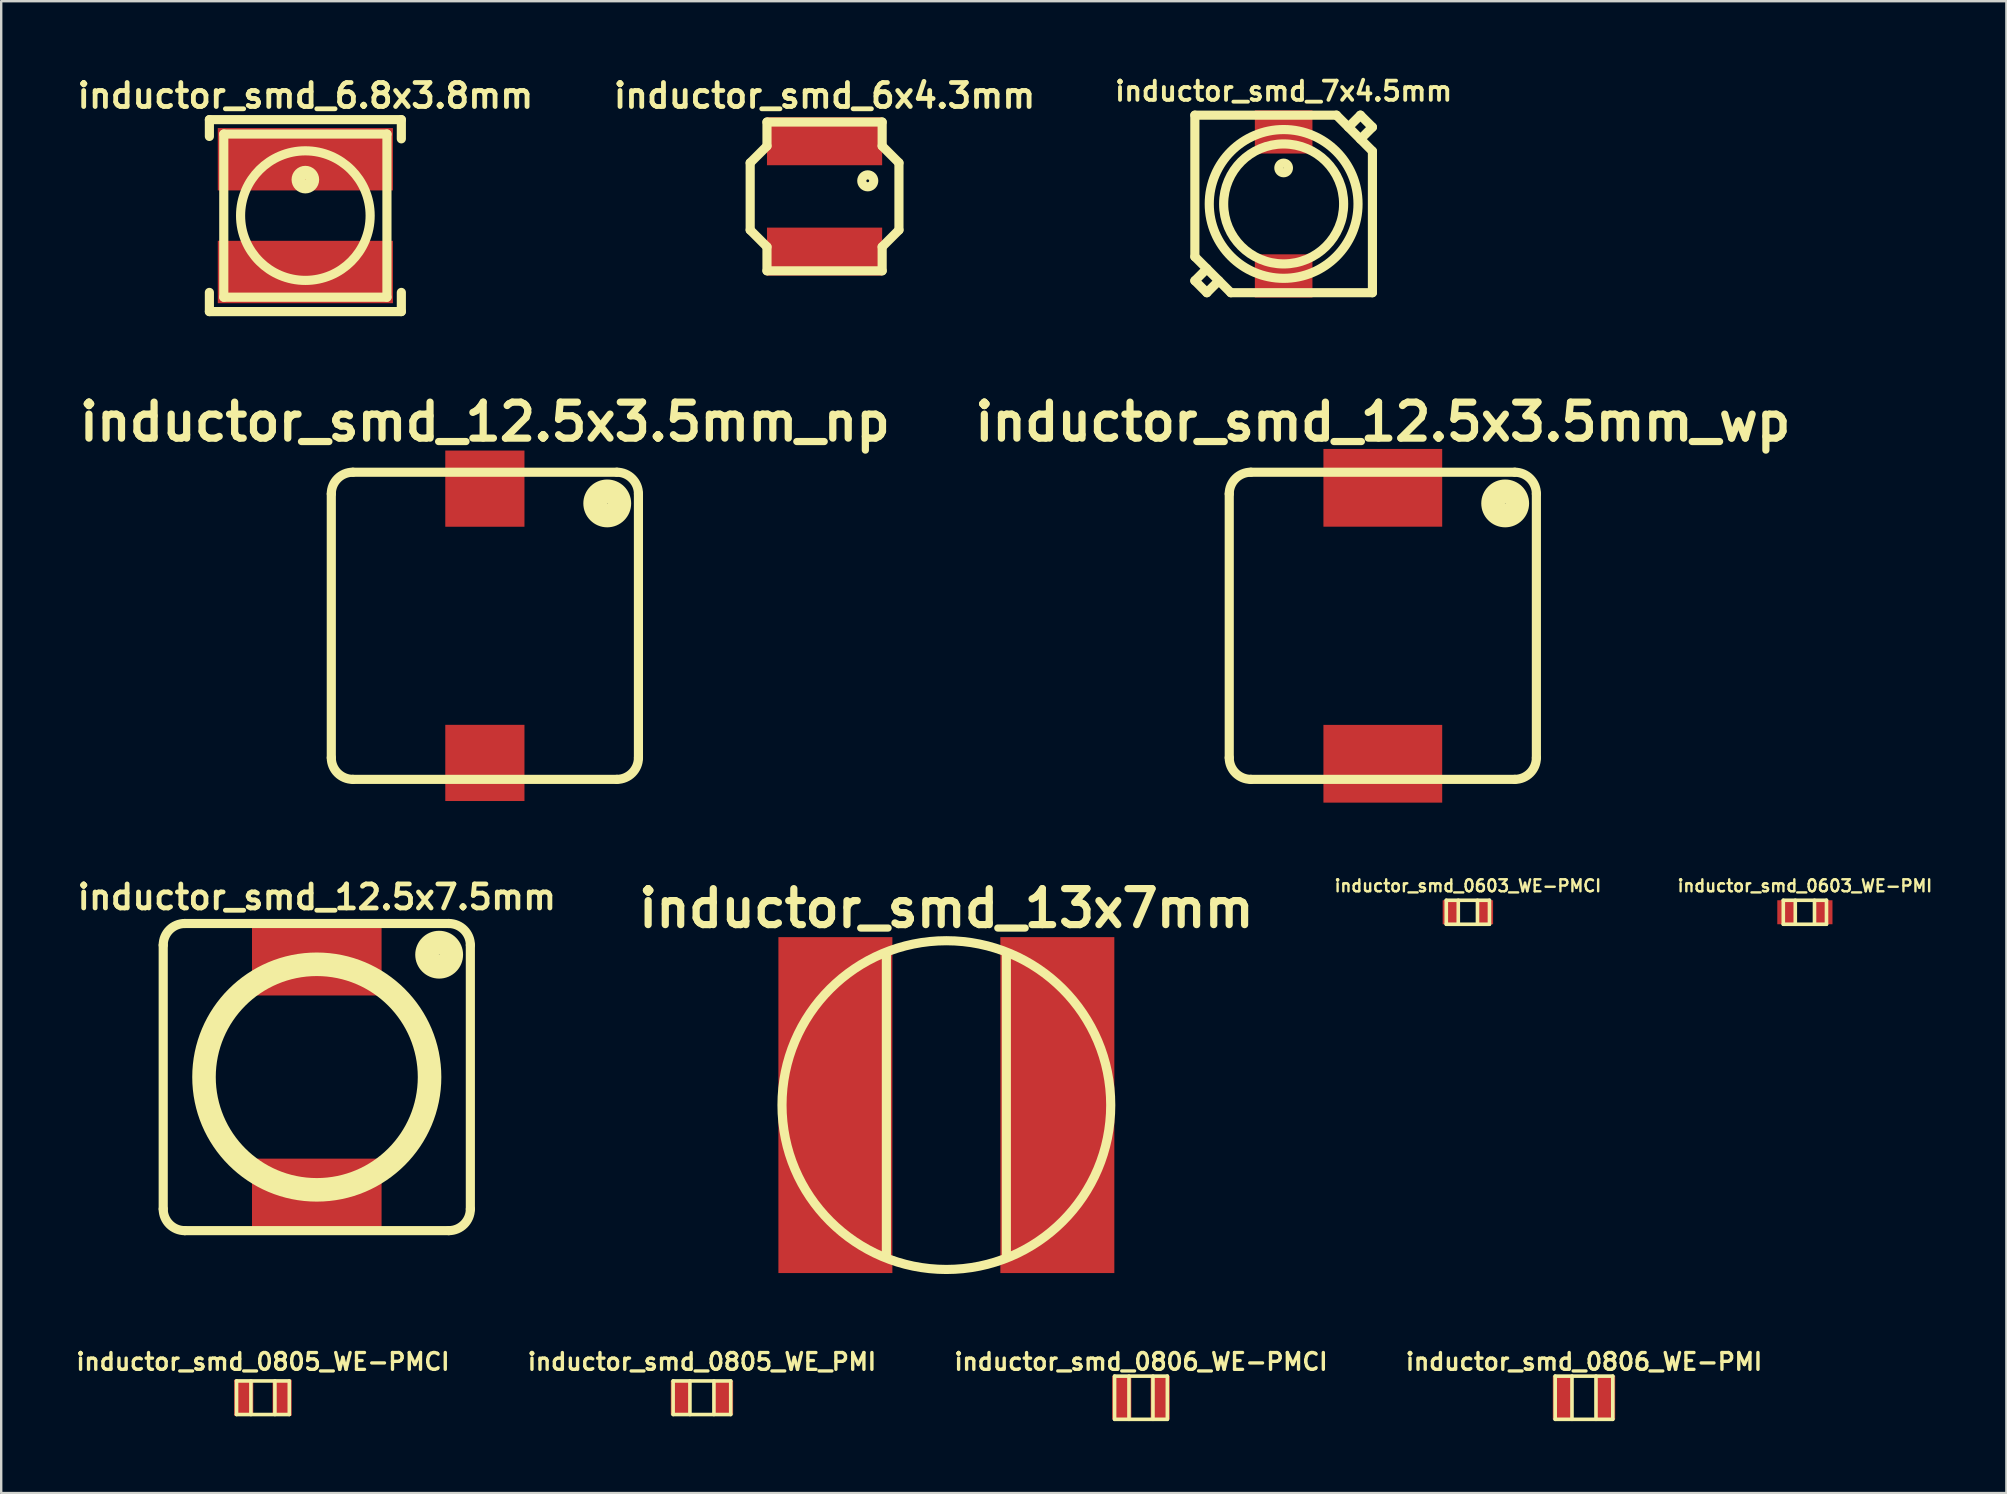
<source format=kicad_pcb>
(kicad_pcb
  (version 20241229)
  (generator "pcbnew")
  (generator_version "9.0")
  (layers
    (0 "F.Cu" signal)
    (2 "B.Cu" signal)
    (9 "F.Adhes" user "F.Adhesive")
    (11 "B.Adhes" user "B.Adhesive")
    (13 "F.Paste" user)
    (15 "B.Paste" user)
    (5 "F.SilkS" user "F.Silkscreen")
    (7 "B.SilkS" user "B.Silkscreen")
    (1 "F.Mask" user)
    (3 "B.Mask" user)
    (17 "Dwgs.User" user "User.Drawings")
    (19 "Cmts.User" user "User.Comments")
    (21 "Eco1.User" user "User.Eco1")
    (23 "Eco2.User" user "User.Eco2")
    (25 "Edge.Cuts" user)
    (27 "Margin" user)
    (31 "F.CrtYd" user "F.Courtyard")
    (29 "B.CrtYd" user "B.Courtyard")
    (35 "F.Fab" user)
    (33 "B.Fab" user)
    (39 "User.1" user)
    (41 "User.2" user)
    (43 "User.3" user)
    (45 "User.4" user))
  (footprint "inductor_smd_6x4.3mm"
    (layer "F.Cu")
    (at 31.314 5.136)
    (property "Reference" "inductor_smd_6x4.3mm" (at 0 -4.2 0) (layer "F.SilkS") (effects (font (size 1 1) (thickness 0.2))))
    (attr smd)
    (fp_line (start -3.1 1.4) (end -3.1 -1.4) (stroke (width 0.381) (type solid)) (layer "F.SilkS"))
    (fp_line (start -2.4 -3.1) (end 2.4 -3.1) (stroke (width 0.381) (type solid)) (layer "F.SilkS"))
    (fp_line (start -2.4 -2.1) (end -3.1 -1.4) (stroke (width 0.381) (type solid)) (layer "F.SilkS"))
    (fp_line (start -2.4 -2.1) (end -2.4 -3.1) (stroke (width 0.381) (type solid)) (layer "F.SilkS"))
    (fp_line (start -2.4 2.1) (end -3.1 1.4) (stroke (width 0.381) (type solid)) (layer "F.SilkS"))
    (fp_line (start -2.4 2.1) (end -2.4 3.1) (stroke (width 0.381) (type solid)) (layer "F.SilkS"))
    (fp_line (start 2.4 -3.1) (end 2.4 -2.1) (stroke (width 0.381) (type solid)) (layer "F.SilkS"))
    (fp_line (start 2.4 -2.1) (end 3.1 -1.4) (stroke (width 0.381) (type solid)) (layer "F.SilkS"))
    (fp_line (start 2.4 2.1) (end 3.1 1.4) (stroke (width 0.381) (type solid)) (layer "F.SilkS"))
    (fp_line (start 2.4 3.1) (end -2.4 3.1) (stroke (width 0.381) (type solid)) (layer "F.SilkS"))
    (fp_line (start 2.4 3.1) (end 2.4 2.1) (stroke (width 0.381) (type solid)) (layer "F.SilkS"))
    (fp_line (start 3.1 1.4) (end 3.1 -1.4) (stroke (width 0.381) (type solid)) (layer "F.SilkS"))
    (fp_circle (center 1.8 -0.65) (end 1.8 -0.401) (stroke (width 0.381) (type solid)) (fill no) (layer "F.SilkS"))
    (pad "1" smd rect (at 0 -2.3) (size 4.8 2) (layers "F.Cu" "F.Mask" "F.Paste"))
    (pad "2" smd rect (at 0 2.3) (size 4.8 2) (layers "F.Cu" "F.Mask" "F.Paste")))
  (footprint "inductor_smd_0603_WE-PMI"
    (layer "F.Cu")
    (at 72.169 34.968)
    (property "Reference" "inductor_smd_0603_WE-PMI" (at 0 -1.1 0) (layer "F.SilkS") (effects (font (size 0.5 0.5) (thickness 0.1))))
    (attr smd)
    (fp_line (start -0.9 -0.5) (end 0.9 -0.5) (stroke (width 0.15) (type solid)) (layer "F.SilkS"))
    (fp_line (start -0.9 0.5) (end -0.9 -0.5) (stroke (width 0.15) (type solid)) (layer "F.SilkS"))
    (fp_line (start -0.4 -0.5) (end -0.4 0.5) (stroke (width 0.15) (type solid)) (layer "F.SilkS"))
    (fp_line (start 0.4 0.5) (end 0.4 -0.5) (stroke (width 0.15) (type solid)) (layer "F.SilkS"))
    (fp_line (start 0.9 -0.5) (end 0.9 0.5) (stroke (width 0.15) (type solid)) (layer "F.SilkS"))
    (fp_line (start 0.9 0.5) (end -0.9 0.5) (stroke (width 0.15) (type solid)) (layer "F.SilkS"))
    (pad "1" smd rect (at -0.8 0) (size 0.7 1) (layers "F.Cu" "F.Mask" "F.Paste"))
    (pad "2" smd rect (at 0.8 0) (size 0.7 1) (layers "F.Cu" "F.Mask" "F.Paste")))
  (footprint "inductor_smd_12.5x3.5mm_wp"
    (layer "F.Cu")
    (at 54.579 23.03)
    (property "Reference" "inductor_smd_12.5x3.5mm_wp" (at 0 -8.5 0) (layer "F.SilkS") (effects (font (size 1.5 1.5) (thickness 0.3))))
    (attr smd)
    (fp_line (start -6.4 5.5) (end -6.4 -5.5) (stroke (width 0.381) (type solid)) (layer "F.SilkS"))
    (fp_line (start -5.5 -6.4) (end 5.5 -6.4) (stroke (width 0.381) (type solid)) (layer "F.SilkS"))
    (fp_line (start -5.5 6.4) (end 5.5 6.4) (stroke (width 0.381) (type solid)) (layer "F.SilkS"))
    (fp_line (start 6.4 -5.5) (end 6.4 5.5) (stroke (width 0.381) (type solid)) (layer "F.SilkS"))
    (fp_arc (start -6.4 -5.5) (mid -6.136396 -6.136396) (end -5.5 -6.4) (stroke (width 0.381) (type solid)) (layer "F.SilkS"))
    (fp_arc (start -5.5 6.4) (mid -6.136396 6.136396) (end -6.4 5.5) (stroke (width 0.381) (type solid)) (layer "F.SilkS"))
    (fp_arc (start 5.5 -6.4) (mid 6.136396 -6.136396) (end 6.4 -5.5) (stroke (width 0.381) (type solid)) (layer "F.SilkS"))
    (fp_arc (start 6.4 5.5) (mid 6.136396 6.136396) (end 5.5 6.4) (stroke (width 0.381) (type solid)) (layer "F.SilkS"))
    (fp_circle (center 5.1 -5.1) (end 5.3 -5.1) (stroke (width 0.381) (type solid)) (fill no) (layer "F.SilkS"))
    (fp_circle (center 5.1 -5.1) (end 5.6 -5.1) (stroke (width 0.381) (type solid)) (fill no) (layer "F.SilkS"))
    (fp_circle (center 5.1 -5.1) (end 5.9 -5) (stroke (width 0.381) (type solid)) (fill no) (layer "F.SilkS"))
    (pad "1" smd rect (at 0 -5.75) (size 4.95 3.24) (layers "F.Cu" "F.Mask" "F.Paste"))
    (pad "2" smd rect (at 0 5.75) (size 4.95 3.24) (layers "F.Cu" "F.Mask" "F.Paste")))
  (footprint "inductor_smd_7x4.5mm"
    (layer "F.Cu")
    (at 50.446 5.449)
    (property "Reference" "inductor_smd_7x4.5mm" (at 0 -4.7 0) (layer "F.SilkS") (effects (font (size 0.8 0.8) (thickness 0.16))))
    (attr smd)
    (fp_line (start -3.7 -3.7) (end -3.7 2.2) (stroke (width 0.381) (type solid)) (layer "F.SilkS"))
    (fp_line (start -3.7 -3.7) (end 2.2 -3.7) (stroke (width 0.381) (type solid)) (layer "F.SilkS"))
    (fp_line (start -3.7 2.2) (end -2.2 3.7) (stroke (width 0.381) (type solid)) (layer "F.SilkS"))
    (fp_line (start -3.7 3.2) (end -3.2 3.7) (stroke (width 0.381) (type solid)) (layer "F.SilkS"))
    (fp_line (start -3.2 2.7) (end -3.7 3.2) (stroke (width 0.381) (type solid)) (layer "F.SilkS"))
    (fp_line (start -3.2 3.7) (end -2.7 3.2) (stroke (width 0.381) (type solid)) (layer "F.SilkS"))
    (fp_line (start -2.2 3.7) (end 3.7 3.7) (stroke (width 0.381) (type solid)) (layer "F.SilkS"))
    (fp_line (start 2.2 -3.7) (end 3.7 -2.2) (stroke (width 0.381) (type solid)) (layer "F.SilkS"))
    (fp_line (start 2.7 -3.2) (end 3.2 -3.7) (stroke (width 0.381) (type solid)) (layer "F.SilkS"))
    (fp_line (start 3.2 -3.7) (end 3.7 -3.2) (stroke (width 0.381) (type solid)) (layer "F.SilkS"))
    (fp_line (start 3.7 -3.2) (end 3.2 -2.7) (stroke (width 0.381) (type solid)) (layer "F.SilkS"))
    (fp_line (start 3.7 -2.2) (end 3.7 3.7) (stroke (width 0.381) (type solid)) (layer "F.SilkS"))
    (fp_circle (center 0 -1.5) (end 0.2 -1.5) (stroke (width 0.381) (type solid)) (fill no) (layer "F.SilkS"))
    (fp_circle (center 0 0) (end 2.5 0) (stroke (width 0.381) (type solid)) (fill no) (layer "F.SilkS"))
    (fp_circle (center 0 0) (end 3.1 0) (stroke (width 0.381) (type solid)) (fill no) (layer "F.SilkS"))
    (pad "1" smd rect (at 0 -3) (size 2.4 1.8) (layers "F.Cu" "F.Mask" "F.Paste"))
    (pad "2" smd rect (at 0 3) (size 2.4 1.8) (layers "F.Cu" "F.Mask" "F.Paste")))
  (footprint "inductor_smd_0805_WE-PMCI"
    (layer "F.Cu")
    (at 7.907 55.2)
    (property "Reference" "inductor_smd_0805_WE-PMCI" (at 0 -1.5 0) (layer "F.SilkS") (effects (font (size 0.7 0.7) (thickness 0.14))))
    (attr smd)
    (fp_line (start -1.1 -0.7) (end 1.1 -0.7) (stroke (width 0.15) (type solid)) (layer "F.SilkS"))
    (fp_line (start -1.1 0.7) (end -1.1 -0.7) (stroke (width 0.15) (type solid)) (layer "F.SilkS"))
    (fp_line (start -0.5 -0.7) (end -0.5 0.7) (stroke (width 0.15) (type solid)) (layer "F.SilkS"))
    (fp_line (start 0.5 0.7) (end 0.5 -0.7) (stroke (width 0.15) (type solid)) (layer "F.SilkS"))
    (fp_line (start 1.1 -0.7) (end 1.1 0.7) (stroke (width 0.15) (type solid)) (layer "F.SilkS"))
    (fp_line (start 1.1 0.7) (end -1.1 0.7) (stroke (width 0.15) (type solid)) (layer "F.SilkS"))
    (pad "1" smd rect (at -0.8 0) (size 0.8 1.5) (layers "F.Cu" "F.Mask" "F.Paste"))
    (pad "2" smd rect (at 0.8 0) (size 0.8 1.5) (layers "F.Cu" "F.Mask" "F.Paste")))
  (footprint "inductor_smd_6.8x3.8mm"
    (layer "F.Cu")
    (at 9.676 5.936)
    (property "Reference" "inductor_smd_6.8x3.8mm" (at 0 -5 0) (layer "F.SilkS") (effects (font (size 1 1) (thickness 0.2))))
    (attr smd)
    (fp_line (start -4 -4) (end 4 -4) (stroke (width 0.381) (type solid)) (layer "F.SilkS"))
    (fp_line (start -4 -3.3) (end -4 -4) (stroke (width 0.381) (type solid)) (layer "F.SilkS"))
    (fp_line (start -4 3.2) (end -4 4) (stroke (width 0.381) (type solid)) (layer "F.SilkS"))
    (fp_line (start -4 4) (end 4 4) (stroke (width 0.381) (type solid)) (layer "F.SilkS"))
    (fp_line (start -3.4 -3.4) (end 3.4 -3.4) (stroke (width 0.381) (type solid)) (layer "F.SilkS"))
    (fp_line (start -3.4 3.4) (end -3.4 -3.4) (stroke (width 0.381) (type solid)) (layer "F.SilkS"))
    (fp_line (start 3.4 -3.4) (end 3.4 3.4) (stroke (width 0.381) (type solid)) (layer "F.SilkS"))
    (fp_line (start 3.4 3.4) (end -3.4 3.4) (stroke (width 0.381) (type solid)) (layer "F.SilkS"))
    (fp_line (start 4 -4) (end 4 -3.2) (stroke (width 0.381) (type solid)) (layer "F.SilkS"))
    (fp_line (start 4 4) (end 4 3.2) (stroke (width 0.381) (type solid)) (layer "F.SilkS"))
    (fp_circle (center 0 -1.5) (end 0 -1.3) (stroke (width 0.381) (type solid)) (fill no) (layer "F.SilkS"))
    (fp_circle (center 0 -1.5) (end 0.4 -1.5) (stroke (width 0.15) (type solid)) (fill no) (layer "F.SilkS"))
    (fp_circle (center 0 -1.5) (end 0.5 -1.5) (stroke (width 0.15) (type solid)) (fill no) (layer "F.SilkS"))
    (fp_circle (center 0 0) (end 2.7 0) (stroke (width 0.381) (type solid)) (fill no) (layer "F.SilkS"))
    (pad "1" smd rect (at 0 -2.35) (size 7.3 2.6) (layers "F.Cu" "F.Mask" "F.Paste"))
    (pad "2" smd rect (at 0 2.35) (size 7.3 2.6) (layers "F.Cu" "F.Mask" "F.Paste")))
  (footprint "inductor_smd_12.5x3.5mm_np"
    (layer "F.Cu")
    (at 17.157 23.03)
    (property "Reference" "inductor_smd_12.5x3.5mm_np" (at 0 -8.5 0) (layer "F.SilkS") (effects (font (size 1.5 1.5) (thickness 0.3))))
    (attr smd)
    (fp_line (start -6.4 5.5) (end -6.4 -5.5) (stroke (width 0.381) (type solid)) (layer "F.SilkS"))
    (fp_line (start -5.5 -6.4) (end 5.5 -6.4) (stroke (width 0.381) (type solid)) (layer "F.SilkS"))
    (fp_line (start -5.5 6.4) (end 5.5 6.4) (stroke (width 0.381) (type solid)) (layer "F.SilkS"))
    (fp_line (start 6.4 -5.5) (end 6.4 5.5) (stroke (width 0.381) (type solid)) (layer "F.SilkS"))
    (fp_arc (start -6.4 -5.5) (mid -6.136396 -6.136396) (end -5.5 -6.4) (stroke (width 0.381) (type solid)) (layer "F.SilkS"))
    (fp_arc (start -5.5 6.4) (mid -6.136396 6.136396) (end -6.4 5.5) (stroke (width 0.381) (type solid)) (layer "F.SilkS"))
    (fp_arc (start 5.5 -6.4) (mid 6.136396 -6.136396) (end 6.4 -5.5) (stroke (width 0.381) (type solid)) (layer "F.SilkS"))
    (fp_arc (start 6.4 5.5) (mid 6.136396 6.136396) (end 5.5 6.4) (stroke (width 0.381) (type solid)) (layer "F.SilkS"))
    (fp_circle (center 5.1 -5.1) (end 5.3 -5.1) (stroke (width 0.381) (type solid)) (fill no) (layer "F.SilkS"))
    (fp_circle (center 5.1 -5.1) (end 5.6 -5.1) (stroke (width 0.381) (type solid)) (fill no) (layer "F.SilkS"))
    (fp_circle (center 5.1 -5.1) (end 5.9 -5) (stroke (width 0.381) (type solid)) (fill no) (layer "F.SilkS"))
    (pad "1" smd rect (at 0 -5.715) (size 3.3 3.175) (layers "F.Cu" "F.Mask" "F.Paste"))
    (pad "2" smd rect (at 0 5.715) (size 3.3 3.175) (layers "F.Cu" "F.Mask" "F.Paste")))
  (footprint "inductor_smd_13x7mm"
    (layer "F.Cu")
    (at 36.39 43.005)
    (property "Reference" "inductor_smd_13x7mm" (at 0 -8.2 0) (layer "F.SilkS") (effects (font (size 1.5 1.5) (thickness 0.3))))
    (attr smd)
    (fp_line (start -2.5 -6.3) (end -2.5 6.3) (stroke (width 0.381) (type solid)) (layer "F.SilkS"))
    (fp_line (start 2.5 -6.3) (end 2.5 6.3) (stroke (width 0.381) (type solid)) (layer "F.SilkS"))
    (fp_circle (center 0 0) (end 6.85 0) (stroke (width 0.381) (type solid)) (fill no) (layer "F.SilkS"))
    (pad "1" smd rect (at -4.625 0) (size 4.75 14) (layers "F.Cu" "F.Mask" "F.Paste"))
    (pad "2" smd rect (at 4.625 0) (size 4.75 14) (layers "F.Cu" "F.Mask" "F.Paste")))
  (footprint "inductor_smd_0603_WE-PMCI"
    (layer "F.Cu")
    (at 58.124 34.968)
    (property "Reference" "inductor_smd_0603_WE-PMCI" (at 0 -1.1 0) (layer "F.SilkS") (effects (font (size 0.5 0.5) (thickness 0.1))))
    (attr smd)
    (fp_line (start -0.9 -0.5) (end 0.9 -0.5) (stroke (width 0.15) (type solid)) (layer "F.SilkS"))
    (fp_line (start -0.9 0.5) (end -0.9 -0.5) (stroke (width 0.15) (type solid)) (layer "F.SilkS"))
    (fp_line (start -0.4 -0.5) (end -0.4 0.5) (stroke (width 0.15) (type solid)) (layer "F.SilkS"))
    (fp_line (start 0.4 0.5) (end 0.4 -0.5) (stroke (width 0.15) (type solid)) (layer "F.SilkS"))
    (fp_line (start 0.9 -0.5) (end 0.9 0.5) (stroke (width 0.15) (type solid)) (layer "F.SilkS"))
    (fp_line (start 0.9 0.5) (end -0.9 0.5) (stroke (width 0.15) (type solid)) (layer "F.SilkS"))
    (pad "1" smd rect (at -0.7 0) (size 0.7 1) (layers "F.Cu" "F.Mask" "F.Paste"))
    (pad "2" smd rect (at 0.7 0) (size 0.7 1) (layers "F.Cu" "F.Mask" "F.Paste")))
  (footprint "inductor_smd_0805_WE_PMI"
    (layer "F.Cu")
    (at 26.203 55.2)
    (property "Reference" "inductor_smd_0805_WE_PMI" (at 0 -1.5 0) (layer "F.SilkS") (effects (font (size 0.7 0.7) (thickness 0.14))))
    (attr smd)
    (fp_line (start -1.2 -0.7) (end 1.2 -0.7) (stroke (width 0.15) (type solid)) (layer "F.SilkS"))
    (fp_line (start -1.2 0.7) (end -1.2 -0.7) (stroke (width 0.15) (type solid)) (layer "F.SilkS"))
    (fp_line (start -0.5 -0.7) (end -0.5 0.7) (stroke (width 0.15) (type solid)) (layer "F.SilkS"))
    (fp_line (start 0.5 0.7) (end 0.5 -0.7) (stroke (width 0.15) (type solid)) (layer "F.SilkS"))
    (fp_line (start 1.2 -0.7) (end 1.2 0.7) (stroke (width 0.15) (type solid)) (layer "F.SilkS"))
    (fp_line (start 1.2 0.7) (end -1.2 0.7) (stroke (width 0.15) (type solid)) (layer "F.SilkS"))
    (pad "1" smd rect (at -0.9 0) (size 0.8 1.4) (layers "F.Cu" "F.Mask" "F.Paste"))
    (pad "2" smd rect (at 0.9 0) (size 0.8 1.4) (layers "F.Cu" "F.Mask" "F.Paste")))
  (footprint "inductor_smd_0806_WE-PMI"
    (layer "F.Cu")
    (at 62.963 55.2)
    (property "Reference" "inductor_smd_0806_WE-PMI" (at 0 -1.5 0) (layer "F.SilkS") (effects (font (size 0.7 0.7) (thickness 0.14))))
    (attr smd)
    (fp_line (start -1.2 -0.9) (end 1.2 -0.9) (stroke (width 0.15) (type solid)) (layer "F.SilkS"))
    (fp_line (start -1.2 0.9) (end -1.2 -0.9) (stroke (width 0.15) (type solid)) (layer "F.SilkS"))
    (fp_line (start -0.5 -0.9) (end -0.5 0.9) (stroke (width 0.15) (type solid)) (layer "F.SilkS"))
    (fp_line (start 0.5 0.9) (end 0.5 -0.9) (stroke (width 0.15) (type solid)) (layer "F.SilkS"))
    (fp_line (start 1.2 -0.9) (end 1.2 0.9) (stroke (width 0.15) (type solid)) (layer "F.SilkS"))
    (fp_line (start 1.2 0.9) (end -1.2 0.9) (stroke (width 0.15) (type solid)) (layer "F.SilkS"))
    (pad "1" smd rect (at -0.9 0) (size 0.8 1.8) (layers "F.Cu" "F.Mask" "F.Paste"))
    (pad "2" smd rect (at 0.9 0) (size 0.8 1.8) (layers "F.Cu" "F.Mask" "F.Paste")))
  (footprint "inductor_smd_12.5x7.5mm"
    (layer "F.Cu")
    (at 10.152 41.837)
    (property "Reference" "inductor_smd_12.5x7.5mm" (at 0 -7.5 0) (layer "F.SilkS") (effects (font (size 1 1) (thickness 0.2))))
    (attr smd)
    (fp_line (start -6.4 5.5) (end -6.4 -5.5) (stroke (width 0.381) (type solid)) (layer "F.SilkS"))
    (fp_line (start -5.5 -6.4) (end 5.5 -6.4) (stroke (width 0.381) (type solid)) (layer "F.SilkS"))
    (fp_line (start -5.5 6.4) (end 5.5 6.4) (stroke (width 0.381) (type solid)) (layer "F.SilkS"))
    (fp_line (start 6.4 -5.5) (end 6.4 5.5) (stroke (width 0.381) (type solid)) (layer "F.SilkS"))
    (fp_arc (start -6.4 -5.5) (mid -6.136396 -6.136396) (end -5.5 -6.4) (stroke (width 0.381) (type solid)) (layer "F.SilkS"))
    (fp_arc (start -5.5 6.4) (mid -6.136396 6.136396) (end -6.4 5.5) (stroke (width 0.381) (type solid)) (layer "F.SilkS"))
    (fp_arc (start 5.5 -6.4) (mid 6.136396 -6.136396) (end 6.4 -5.5) (stroke (width 0.381) (type solid)) (layer "F.SilkS"))
    (fp_arc (start 6.4 5.5) (mid 6.136396 6.136396) (end 5.5 6.4) (stroke (width 0.381) (type solid)) (layer "F.SilkS"))
    (fp_circle (center 0 0) (end 4.4 0) (stroke (width 0.381) (type solid)) (fill no) (layer "F.SilkS"))
    (fp_circle (center 0 0) (end 4.7 0) (stroke (width 0.381) (type solid)) (fill no) (layer "F.SilkS"))
    (fp_circle (center 0 0) (end 5 0) (stroke (width 0.381) (type solid)) (fill no) (layer "F.SilkS"))
    (fp_circle (center 5.1 -5.1) (end 5.3 -5.1) (stroke (width 0.381) (type solid)) (fill no) (layer "F.SilkS"))
    (fp_circle (center 5.1 -5.1) (end 5.6 -5.1) (stroke (width 0.381) (type solid)) (fill no) (layer "F.SilkS"))
    (fp_circle (center 5.1 -5.1) (end 5.9 -5) (stroke (width 0.381) (type solid)) (fill no) (layer "F.SilkS"))
    (pad "1" smd rect (at 0 -4.85) (size 5.4 2.9) (layers "F.Cu" "F.Mask" "F.Paste"))
    (pad "2" smd rect (at 0 4.85) (size 5.4 2.9) (layers "F.Cu" "F.Mask" "F.Paste")))
  (footprint "inductor_smd_0806_WE-PMCI"
    (layer "F.Cu")
    (at 44.5 55.2)
    (property "Reference" "inductor_smd_0806_WE-PMCI" (at 0 -1.5 0) (layer "F.SilkS") (effects (font (size 0.7 0.7) (thickness 0.14))))
    (attr smd)
    (fp_line (start -1.1 -0.9) (end 1.1 -0.9) (stroke (width 0.15) (type solid)) (layer "F.SilkS"))
    (fp_line (start -1.1 0.9) (end -1.1 -0.9) (stroke (width 0.15) (type solid)) (layer "F.SilkS"))
    (fp_line (start -0.5 -0.9) (end -0.5 0.9) (stroke (width 0.15) (type solid)) (layer "F.SilkS"))
    (fp_line (start 0.5 0.9) (end 0.5 -0.9) (stroke (width 0.15) (type solid)) (layer "F.SilkS"))
    (fp_line (start 1.1 -0.9) (end 1.1 0.9) (stroke (width 0.15) (type solid)) (layer "F.SilkS"))
    (fp_line (start 1.1 0.9) (end -1.1 0.9) (stroke (width 0.15) (type solid)) (layer "F.SilkS"))
    (pad "1" smd rect (at -0.8 0) (size 0.8 1.8) (layers "F.Cu" "F.Mask" "F.Paste"))
    (pad "2" smd rect (at 0.8 0) (size 0.8 1.8) (layers "F.Cu" "F.Mask" "F.Paste")))
  (gr_rect
    (start -3 -3)
    (end 80.567 59.175)
    (stroke (width 0.1) (type default))
    (fill no)
    (layer "Edge.Cuts")))
</source>
